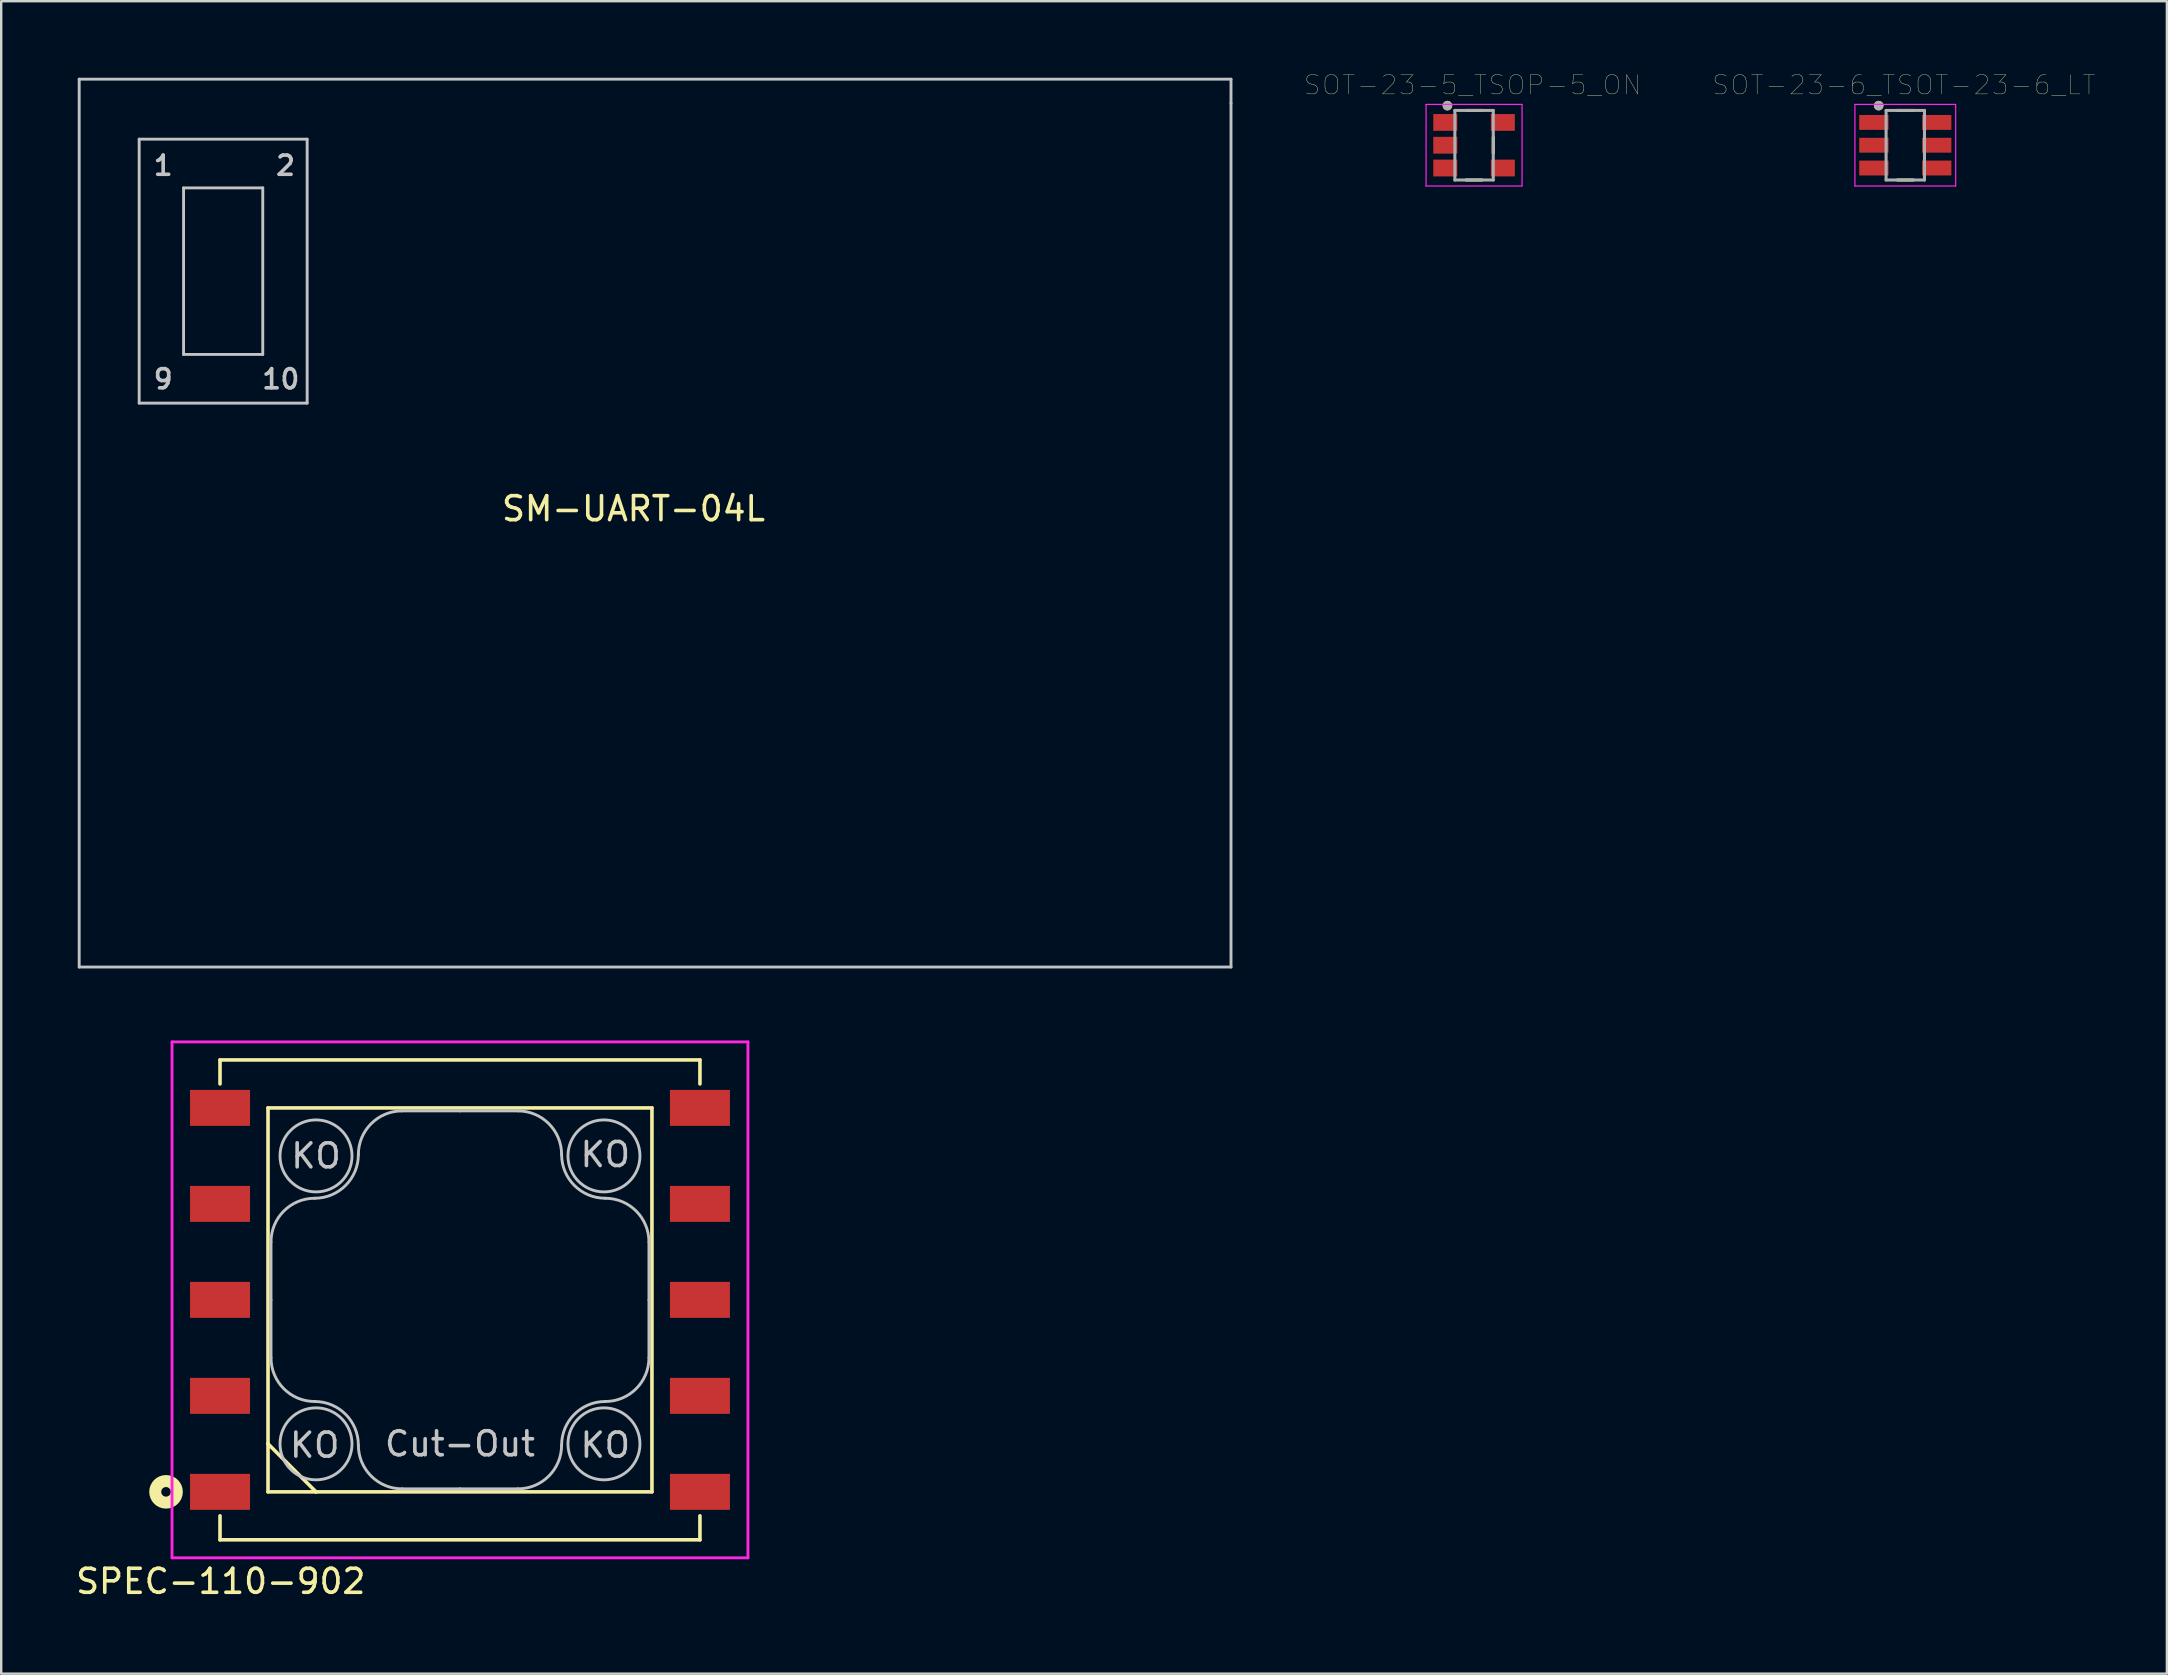
<source format=kicad_pcb>
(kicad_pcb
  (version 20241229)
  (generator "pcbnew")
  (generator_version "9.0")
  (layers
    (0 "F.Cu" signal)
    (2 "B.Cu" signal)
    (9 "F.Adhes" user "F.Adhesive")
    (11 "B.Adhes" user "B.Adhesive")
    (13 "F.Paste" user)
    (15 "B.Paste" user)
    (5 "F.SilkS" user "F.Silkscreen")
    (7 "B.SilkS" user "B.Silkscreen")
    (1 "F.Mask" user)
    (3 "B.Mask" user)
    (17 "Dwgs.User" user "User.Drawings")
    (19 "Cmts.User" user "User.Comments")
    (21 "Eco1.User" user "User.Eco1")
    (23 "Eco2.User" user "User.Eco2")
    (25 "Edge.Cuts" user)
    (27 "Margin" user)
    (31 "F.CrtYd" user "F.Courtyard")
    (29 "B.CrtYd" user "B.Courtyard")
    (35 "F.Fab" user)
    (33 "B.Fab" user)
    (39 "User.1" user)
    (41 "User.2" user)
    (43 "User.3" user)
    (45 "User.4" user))
  (footprint "SOT-23-5_TSOP−5_ON"
    (layer "F.Cu")
    (at 58.379 3.002)
    (property "Reference" "SOT-23-5_TSOP−5_ON" (at -0.06 -2.508 0) (layer "F.SilkS") (effects (font (size 0.8 0.8) (thickness 0.015))))
    (attr smd)
    (fp_line (start -0.33 -1.45) (end 0.33 -1.45) (stroke (width 0.127) (type solid)) (layer "F.SilkS"))
    (fp_line (start 0.33 1.45) (end -0.33 1.45) (stroke (width 0.127) (type solid)) (layer "F.SilkS"))
    (fp_line (start 0.8 -0.335) (end 0.8 0.335) (stroke (width 0.127) (type solid)) (layer "F.SilkS"))
    (fp_circle (center -1.11 -1.65) (end -1.01 -1.65) (stroke (width 0.2) (type solid)) (fill no) (layer "F.SilkS"))
    (fp_line (start -2 -1.7) (end 2 -1.7) (stroke (width 0.05) (type solid)) (layer "F.CrtYd"))
    (fp_line (start -2 1.7) (end -2 -1.7) (stroke (width 0.05) (type solid)) (layer "F.CrtYd"))
    (fp_line (start 2 -1.7) (end 2 1.7) (stroke (width 0.05) (type solid)) (layer "F.CrtYd"))
    (fp_line (start 2 1.7) (end -2 1.7) (stroke (width 0.05) (type solid)) (layer "F.CrtYd"))
    (fp_line (start -0.8 -1.45) (end 0.8 -1.45) (stroke (width 0.127) (type solid)) (layer "F.Fab"))
    (fp_line (start -0.8 1.45) (end -0.8 -1.45) (stroke (width 0.127) (type solid)) (layer "F.Fab"))
    (fp_line (start 0.8 -1.45) (end 0.8 1.45) (stroke (width 0.127) (type solid)) (layer "F.Fab"))
    (fp_line (start 0.8 1.45) (end -0.8 1.45) (stroke (width 0.127) (type solid)) (layer "F.Fab"))
    (fp_circle (center -1.11 -1.65) (end -1.01 -1.65) (stroke (width 0.2) (type solid)) (fill no) (layer "F.Fab"))
    (pad "1" smd rect (at -1.2 -0.95) (size 1 0.7) (layers "F.Cu" "F.Mask" "F.Paste"))
    (pad "2" smd rect (at -1.2 0) (size 1 0.7) (layers "F.Cu" "F.Mask" "F.Paste"))
    (pad "3" smd rect (at -1.2 0.95) (size 1 0.7) (layers "F.Cu" "F.Mask" "F.Paste"))
    (pad "4" smd rect (at 1.2 0.95) (size 1 0.7) (layers "F.Cu" "F.Mask" "F.Paste"))
    (pad "5" smd rect (at 1.2 -0.95) (size 1 0.7) (layers "F.Cu" "F.Mask" "F.Paste")))
  (footprint "SOT-23-6_TSOT-23-6_LT"
    (layer "F.Cu")
    (at 76.35 3.002)
    (property "Reference" "SOT-23-6_TSOT-23-6_LT" (at -0.06 -2.508 0) (layer "F.SilkS") (effects (font (size 0.8 0.8) (thickness 0.015))))
    (attr smd)
    (fp_line (start -0.33 -1.45) (end 0.33 -1.45) (stroke (width 0.127) (type solid)) (layer "F.SilkS"))
    (fp_line (start 0.33 1.45) (end -0.33 1.45) (stroke (width 0.127) (type solid)) (layer "F.SilkS"))
    (fp_circle (center -1.11 -1.65) (end -1.01 -1.65) (stroke (width 0.2) (type solid)) (fill no) (layer "F.SilkS"))
    (fp_line (start -2.1 -1.7) (end 2.1 -1.7) (stroke (width 0.05) (type solid)) (layer "F.CrtYd"))
    (fp_line (start -2.1 1.7) (end -2.1 -1.7) (stroke (width 0.05) (type solid)) (layer "F.CrtYd"))
    (fp_line (start 2.1 -1.7) (end 2.1 1.7) (stroke (width 0.05) (type solid)) (layer "F.CrtYd"))
    (fp_line (start 2.1 1.7) (end -2.1 1.7) (stroke (width 0.05) (type solid)) (layer "F.CrtYd"))
    (fp_line (start -0.8 -1.45) (end 0.8 -1.45) (stroke (width 0.127) (type solid)) (layer "F.Fab"))
    (fp_line (start -0.8 1.45) (end -0.8 -1.45) (stroke (width 0.127) (type solid)) (layer "F.Fab"))
    (fp_line (start 0.8 -1.45) (end 0.8 1.45) (stroke (width 0.127) (type solid)) (layer "F.Fab"))
    (fp_line (start 0.8 1.45) (end -0.8 1.45) (stroke (width 0.127) (type solid)) (layer "F.Fab"))
    (fp_circle (center -1.11 -1.65) (end -1.01 -1.65) (stroke (width 0.2) (type solid)) (fill no) (layer "F.Fab"))
    (pad "1" smd rect (at -1.31 -0.95) (size 1.22 0.62) (layers "F.Cu" "F.Mask" "F.Paste"))
    (pad "2" smd rect (at -1.31 0) (size 1.22 0.62) (layers "F.Cu" "F.Mask" "F.Paste"))
    (pad "3" smd rect (at -1.31 0.95) (size 1.22 0.62) (layers "F.Cu" "F.Mask" "F.Paste"))
    (pad "4" smd rect (at 1.31 0.95) (size 1.22 0.62) (layers "F.Cu" "F.Mask" "F.Paste"))
    (pad "5" smd rect (at 1.31 0) (size 1.22 0.62) (layers "F.Cu" "F.Mask" "F.Paste"))
    (pad "6" smd rect (at 1.31 -0.95) (size 1.22 0.62) (layers "F.Cu" "F.Mask" "F.Paste")))
  (footprint "SM-UART-04L"
    (layer "F.Cu")
    (at 0.25 0.25)
    (property "Reference" "SM-UART-04L" (at 23.1 17.9 0) (layer "F.SilkS") (effects (font (size 1 1) (thickness 0.15))))
    (attr exclude_from_pos_files exclude_from_bom)
    (fp_line (start 0 0) (end 0 37) (stroke (width 0.12) (type solid)) (layer "Dwgs.User"))
    (fp_line (start 0 37) (end 48 37) (stroke (width 0.12) (type solid)) (layer "Dwgs.User"))
    (fp_line (start 2.5 2.5) (end 9.5 2.5) (stroke (width 0.12) (type solid)) (layer "Dwgs.User"))
    (fp_line (start 2.5 13.5) (end 2.5 2.5) (stroke (width 0.12) (type solid)) (layer "Dwgs.User"))
    (fp_line (start 4.35 4.53) (end 4.35 11.47) (stroke (width 0.12) (type solid)) (layer "Dwgs.User"))
    (fp_line (start 4.35 4.53) (end 7.65 4.53) (stroke (width 0.12) (type solid)) (layer "Dwgs.User"))
    (fp_line (start 7.65 11.47) (end 4.35 11.47) (stroke (width 0.12) (type solid)) (layer "Dwgs.User"))
    (fp_line (start 7.65 11.47) (end 7.65 4.53) (stroke (width 0.12) (type solid)) (layer "Dwgs.User"))
    (fp_line (start 9.5 2.5) (end 9.5 13.5) (stroke (width 0.12) (type solid)) (layer "Dwgs.User"))
    (fp_line (start 9.5 13.5) (end 2.5 13.5) (stroke (width 0.12) (type solid)) (layer "Dwgs.User"))
    (fp_line (start 48 0) (end 0 0) (stroke (width 0.12) (type solid)) (layer "Dwgs.User"))
    (fp_line (start 48 1) (end 48 0) (stroke (width 0.12) (type solid)) (layer "Dwgs.User"))
    (fp_line (start 48 37) (end 48 1) (stroke (width 0.12) (type solid)) (layer "Dwgs.User"))
    (fp_text user "2" (at 8.6 3.6 0) (layer "Dwgs.User") (effects (font (size 0.8 0.8) (thickness 0.15))))
    (fp_text user "10" (at 8.4 12.5 0) (layer "Dwgs.User") (effects (font (size 0.8 0.8) (thickness 0.15))))
    (fp_text user "9" (at 3.5 12.5 0) (layer "Dwgs.User") (effects (font (size 0.8 0.8) (thickness 0.15))))
    (fp_text user "1" (at 3.5 3.6 0) (layer "Dwgs.User") (effects (font (size 0.8 0.8) (thickness 0.15)))))
  (footprint "SPEC-110-902"
    (layer "F.Cu")
    (at 16.119 51.12)
    (property "Reference" "SPEC-110-902" (at -9.97 11.73 0) (layer "F.SilkS") (effects (font (size 1 1) (thickness 0.15))))
    (attr through_hole)
    (fp_line (start -10 -10) (end -10 -9) (stroke (width 0.15) (type solid)) (layer "F.SilkS"))
    (fp_line (start -10 -10) (end 10 -10) (stroke (width 0.15) (type solid)) (layer "F.SilkS"))
    (fp_line (start -10 10) (end -10 9) (stroke (width 0.15) (type solid)) (layer "F.SilkS"))
    (fp_line (start -8 -8) (end 8 -8) (stroke (width 0.15) (type solid)) (layer "F.SilkS"))
    (fp_line (start -8 6) (end -8 -8) (stroke (width 0.15) (type solid)) (layer "F.SilkS"))
    (fp_line (start -8 6) (end -8 8) (stroke (width 0.15) (type solid)) (layer "F.SilkS"))
    (fp_line (start -8 8) (end -6 8) (stroke (width 0.15) (type solid)) (layer "F.SilkS"))
    (fp_line (start -6 8) (end -8 6) (stroke (width 0.15) (type solid)) (layer "F.SilkS"))
    (fp_line (start 8 -8) (end 8 8) (stroke (width 0.15) (type solid)) (layer "F.SilkS"))
    (fp_line (start 8 8) (end -6 8) (stroke (width 0.15) (type solid)) (layer "F.SilkS"))
    (fp_line (start 10 -10) (end 10 -9) (stroke (width 0.15) (type solid)) (layer "F.SilkS"))
    (fp_line (start 10 10) (end -10 10) (stroke (width 0.15) (type solid)) (layer "F.SilkS"))
    (fp_line (start 10 10) (end 10 9) (stroke (width 0.15) (type solid)) (layer "F.SilkS"))
    (fp_circle (center -12.25 8) (end -12.05 8) (stroke (width 0.5) (type solid)) (fill no) (layer "F.SilkS"))
    (fp_line (start -7.875 -2.415) (end -7.875 0) (stroke (width 0.12) (type solid)) (layer "Dwgs.User"))
    (fp_line (start -7.875 0) (end -7.875 2.415) (stroke (width 0.12) (type solid)) (layer "Dwgs.User"))
    (fp_line (start -2.415 7.875) (end 0 7.875) (stroke (width 0.12) (type solid)) (layer "Dwgs.User"))
    (fp_line (start 0 -7.875) (end -2.415 -7.875) (stroke (width 0.12) (type solid)) (layer "Dwgs.User"))
    (fp_line (start 0 7.875) (end 2.415 7.875) (stroke (width 0.12) (type solid)) (layer "Dwgs.User"))
    (fp_line (start 2.415 -7.875) (end 0 -7.875) (stroke (width 0.12) (type solid)) (layer "Dwgs.User"))
    (fp_line (start 7.875 0) (end 7.875 -2.415) (stroke (width 0.12) (type solid)) (layer "Dwgs.User"))
    (fp_line (start 7.875 2.415) (end 7.875 0) (stroke (width 0.12) (type solid)) (layer "Dwgs.User"))
    (fp_arc (start -7.875 -2.415) (mid -7.341934 -3.701934) (end -6.055 -4.235) (stroke (width 0.12) (type solid)) (layer "Dwgs.User"))
    (fp_arc (start -6.055 4.235) (mid -7.341934 3.701934) (end -7.875 2.415) (stroke (width 0.12) (type solid)) (layer "Dwgs.User"))
    (fp_arc (start -6.055 4.235) (mid -4.768066 4.768066) (end -4.235 6.055) (stroke (width 0.12) (type solid)) (layer "Dwgs.User"))
    (fp_arc (start -4.235 -6.055) (mid -4.768066 -4.768066) (end -6.055 -4.235) (stroke (width 0.12) (type solid)) (layer "Dwgs.User"))
    (fp_arc (start -4.235 -6.055) (mid -3.701934 -7.341934) (end -2.415 -7.875) (stroke (width 0.12) (type solid)) (layer "Dwgs.User"))
    (fp_arc (start -2.415 7.875) (mid -3.701934 7.341934) (end -4.235 6.055) (stroke (width 0.12) (type solid)) (layer "Dwgs.User"))
    (fp_arc (start 2.415 -7.875) (mid 3.701934 -7.341934) (end 4.235 -6.055) (stroke (width 0.12) (type solid)) (layer "Dwgs.User"))
    (fp_arc (start 4.235 6.055) (mid 3.701934 7.341934) (end 2.415 7.875) (stroke (width 0.12) (type solid)) (layer "Dwgs.User"))
    (fp_arc (start 4.235 6.055) (mid 4.768066 4.768066) (end 6.055 4.235) (stroke (width 0.12) (type solid)) (layer "Dwgs.User"))
    (fp_arc (start 6.055 -4.235) (mid 4.768066 -4.768066) (end 4.235 -6.055) (stroke (width 0.12) (type solid)) (layer "Dwgs.User"))
    (fp_arc (start 6.055 -4.235) (mid 7.341934 -3.701934) (end 7.875 -2.415) (stroke (width 0.12) (type solid)) (layer "Dwgs.User"))
    (fp_arc (start 7.875 2.415) (mid 7.341934 3.701934) (end 6.055 4.235) (stroke (width 0.12) (type solid)) (layer "Dwgs.User"))
    (fp_circle (center -6 -6) (end -4.5 -6) (stroke (width 0.12) (type solid)) (fill no) (layer "Dwgs.User"))
    (fp_circle (center -6 6) (end -4.5 6) (stroke (width 0.12) (type solid)) (fill no) (layer "Dwgs.User"))
    (fp_circle (center 6 -6) (end 7.5 -6) (stroke (width 0.12) (type solid)) (fill no) (layer "Dwgs.User"))
    (fp_circle (center 6 6) (end 7.5 6) (stroke (width 0.12) (type solid)) (fill no) (layer "Dwgs.User"))
    (fp_line (start -12 -10.75) (end -12 10.75) (stroke (width 0.12) (type solid)) (layer "F.CrtYd"))
    (fp_line (start -12 -10.75) (end 12 -10.75) (stroke (width 0.12) (type solid)) (layer "F.CrtYd"))
    (fp_line (start 12 -10.75) (end 12 10.75) (stroke (width 0.12) (type solid)) (layer "F.CrtYd"))
    (fp_line (start 12 10.75) (end -12 10.75) (stroke (width 0.12) (type solid)) (layer "F.CrtYd"))
    (fp_text user "Cut-Out" (at 0 6 0) (layer "Dwgs.User") (effects (font (size 1 1) (thickness 0.15))))
    (fp_text user "KO" (at -6.055 6.055 0) (layer "Dwgs.User") (effects (font (size 1 1) (thickness 0.15))))
    (fp_text user "KO" (at 6.055 -6.055 0) (layer "Dwgs.User") (effects (font (size 1 1) (thickness 0.15))))
    (fp_text user "KO" (at 6.055 6.055 0) (layer "Dwgs.User") (effects (font (size 1 1) (thickness 0.15))))
    (fp_text user "KO" (at -6 -6 0) (layer "Dwgs.User") (effects (font (size 1 1) (thickness 0.15))))
    (pad "1" smd rect (at -10 8) (size 2.5 1.5) (layers "F.Cu" "F.Mask" "F.Paste"))
    (pad "2" smd rect (at -10 4) (size 2.5 1.5) (layers "F.Cu" "F.Mask" "F.Paste"))
    (pad "3" smd rect (at -10 0) (size 2.5 1.5) (layers "F.Cu" "F.Mask" "F.Paste"))
    (pad "4" smd rect (at -10 -4) (size 2.5 1.5) (layers "F.Cu" "F.Mask" "F.Paste"))
    (pad "5" smd rect (at -10 -8) (size 2.5 1.5) (layers "F.Cu" "F.Mask" "F.Paste"))
    (pad "6" smd rect (at 10 -8) (size 2.5 1.5) (layers "F.Cu" "F.Mask" "F.Paste"))
    (pad "7" smd rect (at 10 -4) (size 2.5 1.5) (layers "F.Cu" "F.Mask" "F.Paste"))
    (pad "8" smd rect (at 10 0) (size 2.5 1.5) (layers "F.Cu" "F.Mask" "F.Paste"))
    (pad "9" smd rect (at 10 4) (size 2.5 1.5) (layers "F.Cu" "F.Mask" "F.Paste"))
    (pad "10" smd rect (at 10 8) (size 2.5 1.5) (layers "F.Cu" "F.Mask" "F.Paste")))
  (gr_rect
    (start -3 -3)
    (end 87.251 66.698)
    (stroke (width 0.1) (type default))
    (fill no)
    (layer "Edge.Cuts")))
</source>
